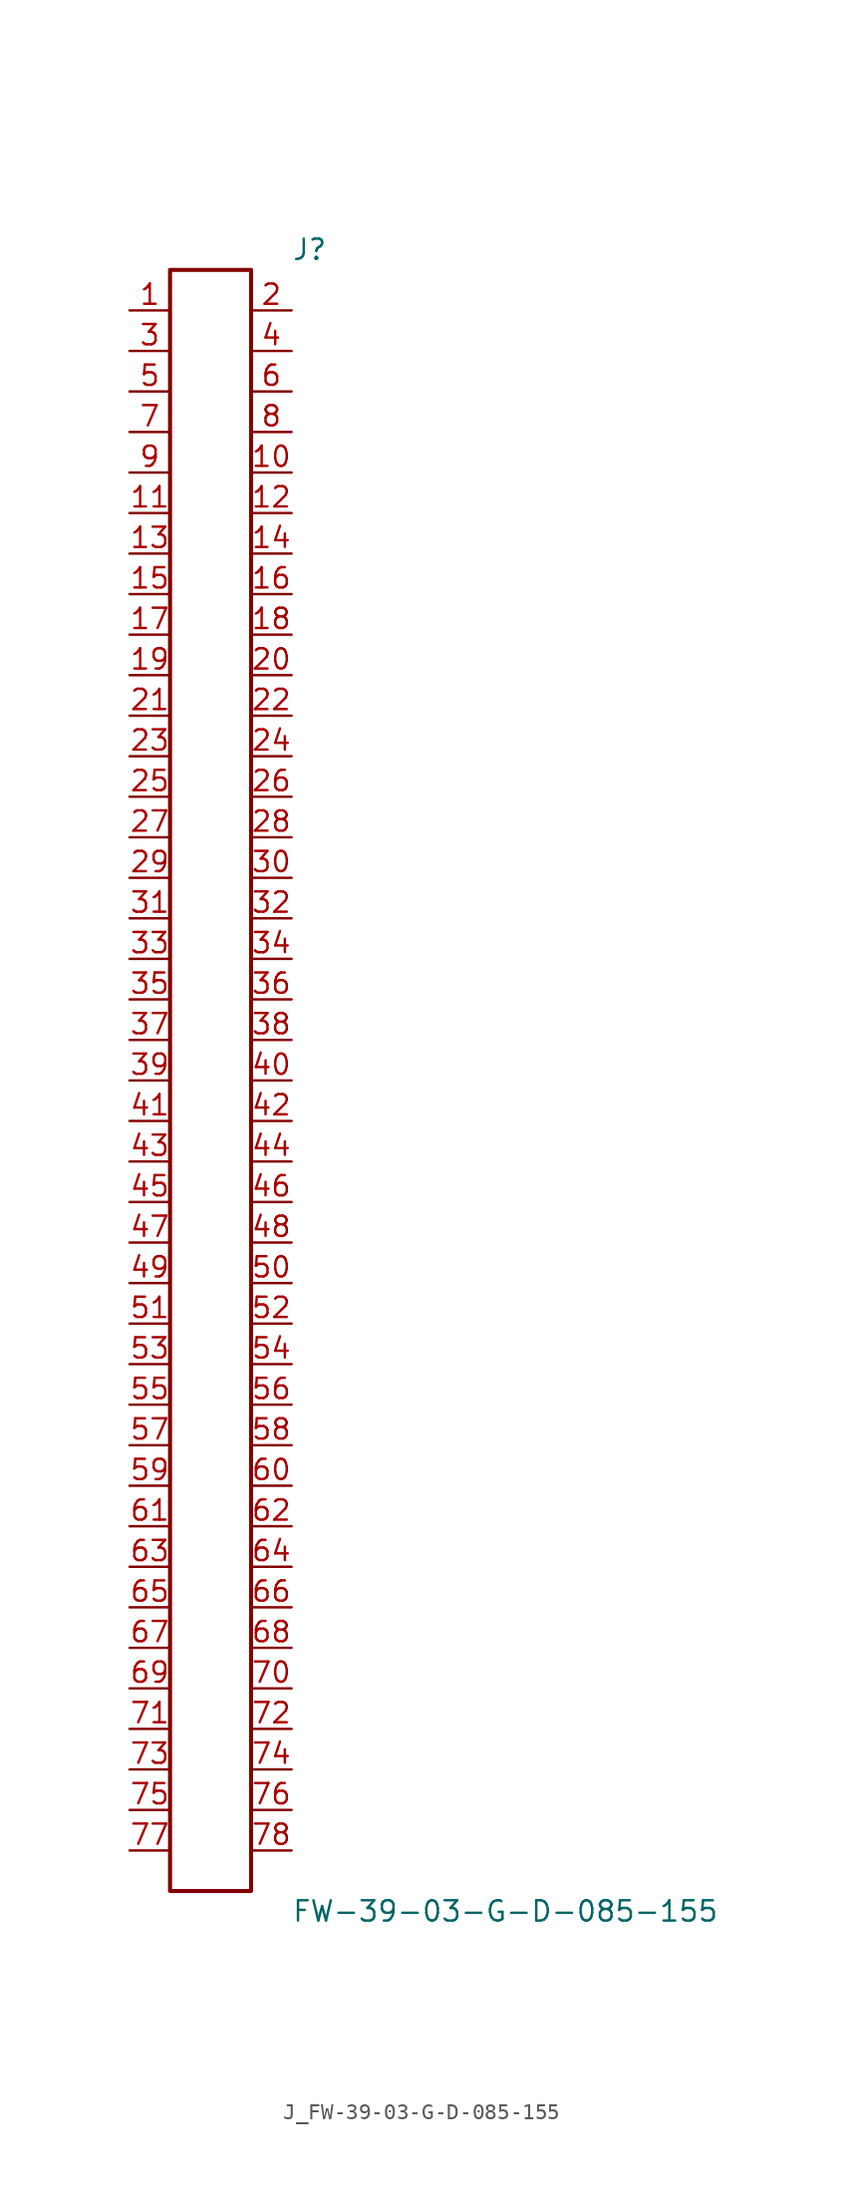
<source format=kicad_sym>
(kicad_symbol_lib
  (version 20231120)
  (generator kicad_symbol_editor)
  (generator_version 8.0)
  (symbol "J_FW-39-03-G-D-085-155"
    (pin_names
      (offset 0.254))
    (property "Reference" "J"
      (at 5.08 52.07 0)
      (effects (font (size 1.27 1.27)) (justify left)))
    (property "Value" "FW-39-03-G-D-085-155"
      (at 5.08 -52.07 0)
      (effects (font (size 1.27 1.27)) (justify left)))
    (symbol "J_FW-39-03-G-D-085-155_0_0"
      (pin unspecified line (at -5.08 48.26 0) (length 2.54) (name "" (effects (font (size 1.27 1.27)))) (number "1" (effects (font (size 1.27 1.27)))))
      (pin unspecified line (at 5.08 48.26 180) (length 2.54) (name "" (effects (font (size 1.27 1.27)))) (number "2" (effects (font (size 1.27 1.27)))))
      (pin unspecified line (at -5.08 45.72 0) (length 2.54) (name "" (effects (font (size 1.27 1.27)))) (number "3" (effects (font (size 1.27 1.27)))))
      (pin unspecified line (at 5.08 45.72 180) (length 2.54) (name "" (effects (font (size 1.27 1.27)))) (number "4" (effects (font (size 1.27 1.27)))))
      (pin unspecified line (at -5.08 43.18 0) (length 2.54) (name "" (effects (font (size 1.27 1.27)))) (number "5" (effects (font (size 1.27 1.27)))))
      (pin unspecified line (at 5.08 43.18 180) (length 2.54) (name "" (effects (font (size 1.27 1.27)))) (number "6" (effects (font (size 1.27 1.27)))))
      (pin unspecified line (at -5.08 40.64 0) (length 2.54) (name "" (effects (font (size 1.27 1.27)))) (number "7" (effects (font (size 1.27 1.27)))))
      (pin unspecified line (at 5.08 40.64 180) (length 2.54) (name "" (effects (font (size 1.27 1.27)))) (number "8" (effects (font (size 1.27 1.27)))))
      (pin unspecified line (at -5.08 38.1 0) (length 2.54) (name "" (effects (font (size 1.27 1.27)))) (number "9" (effects (font (size 1.27 1.27)))))
      (pin unspecified line (at 5.08 38.1 180) (length 2.54) (name "" (effects (font (size 1.27 1.27)))) (number "10" (effects (font (size 1.27 1.27)))))
      (pin unspecified line (at -5.08 35.56 0) (length 2.54) (name "" (effects (font (size 1.27 1.27)))) (number "11" (effects (font (size 1.27 1.27)))))
      (pin unspecified line (at 5.08 35.56 180) (length 2.54) (name "" (effects (font (size 1.27 1.27)))) (number "12" (effects (font (size 1.27 1.27)))))
      (pin unspecified line (at -5.08 33.02 0) (length 2.54) (name "" (effects (font (size 1.27 1.27)))) (number "13" (effects (font (size 1.27 1.27)))))
      (pin unspecified line (at 5.08 33.02 180) (length 2.54) (name "" (effects (font (size 1.27 1.27)))) (number "14" (effects (font (size 1.27 1.27)))))
      (pin unspecified line (at -5.08 30.48 0) (length 2.54) (name "" (effects (font (size 1.27 1.27)))) (number "15" (effects (font (size 1.27 1.27)))))
      (pin unspecified line (at 5.08 30.48 180) (length 2.54) (name "" (effects (font (size 1.27 1.27)))) (number "16" (effects (font (size 1.27 1.27)))))
      (pin unspecified line (at -5.08 27.94 0) (length 2.54) (name "" (effects (font (size 1.27 1.27)))) (number "17" (effects (font (size 1.27 1.27)))))
      (pin unspecified line (at 5.08 27.94 180) (length 2.54) (name "" (effects (font (size 1.27 1.27)))) (number "18" (effects (font (size 1.27 1.27)))))
      (pin unspecified line (at -5.08 25.4 0) (length 2.54) (name "" (effects (font (size 1.27 1.27)))) (number "19" (effects (font (size 1.27 1.27)))))
      (pin unspecified line (at 5.08 25.4 180) (length 2.54) (name "" (effects (font (size 1.27 1.27)))) (number "20" (effects (font (size 1.27 1.27)))))
      (pin unspecified line (at -5.08 22.86 0) (length 2.54) (name "" (effects (font (size 1.27 1.27)))) (number "21" (effects (font (size 1.27 1.27)))))
      (pin unspecified line (at 5.08 22.86 180) (length 2.54) (name "" (effects (font (size 1.27 1.27)))) (number "22" (effects (font (size 1.27 1.27)))))
      (pin unspecified line (at -5.08 20.32 0) (length 2.54) (name "" (effects (font (size 1.27 1.27)))) (number "23" (effects (font (size 1.27 1.27)))))
      (pin unspecified line (at 5.08 20.32 180) (length 2.54) (name "" (effects (font (size 1.27 1.27)))) (number "24" (effects (font (size 1.27 1.27)))))
      (pin unspecified line (at -5.08 17.78 0) (length 2.54) (name "" (effects (font (size 1.27 1.27)))) (number "25" (effects (font (size 1.27 1.27)))))
      (pin unspecified line (at 5.08 17.78 180) (length 2.54) (name "" (effects (font (size 1.27 1.27)))) (number "26" (effects (font (size 1.27 1.27)))))
      (pin unspecified line (at -5.08 15.24 0) (length 2.54) (name "" (effects (font (size 1.27 1.27)))) (number "27" (effects (font (size 1.27 1.27)))))
      (pin unspecified line (at 5.08 15.24 180) (length 2.54) (name "" (effects (font (size 1.27 1.27)))) (number "28" (effects (font (size 1.27 1.27)))))
      (pin unspecified line (at -5.08 12.7 0) (length 2.54) (name "" (effects (font (size 1.27 1.27)))) (number "29" (effects (font (size 1.27 1.27)))))
      (pin unspecified line (at 5.08 12.7 180) (length 2.54) (name "" (effects (font (size 1.27 1.27)))) (number "30" (effects (font (size 1.27 1.27)))))
      (pin unspecified line (at -5.08 10.16 0) (length 2.54) (name "" (effects (font (size 1.27 1.27)))) (number "31" (effects (font (size 1.27 1.27)))))
      (pin unspecified line (at 5.08 10.16 180) (length 2.54) (name "" (effects (font (size 1.27 1.27)))) (number "32" (effects (font (size 1.27 1.27)))))
      (pin unspecified line (at -5.08 7.62 0) (length 2.54) (name "" (effects (font (size 1.27 1.27)))) (number "33" (effects (font (size 1.27 1.27)))))
      (pin unspecified line (at 5.08 7.62 180) (length 2.54) (name "" (effects (font (size 1.27 1.27)))) (number "34" (effects (font (size 1.27 1.27)))))
      (pin unspecified line (at -5.08 5.08 0) (length 2.54) (name "" (effects (font (size 1.27 1.27)))) (number "35" (effects (font (size 1.27 1.27)))))
      (pin unspecified line (at 5.08 5.08 180) (length 2.54) (name "" (effects (font (size 1.27 1.27)))) (number "36" (effects (font (size 1.27 1.27)))))
      (pin unspecified line (at -5.08 2.54 0) (length 2.54) (name "" (effects (font (size 1.27 1.27)))) (number "37" (effects (font (size 1.27 1.27)))))
      (pin unspecified line (at 5.08 2.54 180) (length 2.54) (name "" (effects (font (size 1.27 1.27)))) (number "38" (effects (font (size 1.27 1.27)))))
      (pin unspecified line (at -5.08 0.0 0) (length 2.54) (name "" (effects (font (size 1.27 1.27)))) (number "39" (effects (font (size 1.27 1.27)))))
      (pin unspecified line (at 5.08 0.0 180) (length 2.54) (name "" (effects (font (size 1.27 1.27)))) (number "40" (effects (font (size 1.27 1.27)))))
      (pin unspecified line (at -5.08 -2.54 0) (length 2.54) (name "" (effects (font (size 1.27 1.27)))) (number "41" (effects (font (size 1.27 1.27)))))
      (pin unspecified line (at 5.08 -2.54 180) (length 2.54) (name "" (effects (font (size 1.27 1.27)))) (number "42" (effects (font (size 1.27 1.27)))))
      (pin unspecified line (at -5.08 -5.08 0) (length 2.54) (name "" (effects (font (size 1.27 1.27)))) (number "43" (effects (font (size 1.27 1.27)))))
      (pin unspecified line (at 5.08 -5.08 180) (length 2.54) (name "" (effects (font (size 1.27 1.27)))) (number "44" (effects (font (size 1.27 1.27)))))
      (pin unspecified line (at -5.08 -7.62 0) (length 2.54) (name "" (effects (font (size 1.27 1.27)))) (number "45" (effects (font (size 1.27 1.27)))))
      (pin unspecified line (at 5.08 -7.62 180) (length 2.54) (name "" (effects (font (size 1.27 1.27)))) (number "46" (effects (font (size 1.27 1.27)))))
      (pin unspecified line (at -5.08 -10.16 0) (length 2.54) (name "" (effects (font (size 1.27 1.27)))) (number "47" (effects (font (size 1.27 1.27)))))
      (pin unspecified line (at 5.08 -10.16 180) (length 2.54) (name "" (effects (font (size 1.27 1.27)))) (number "48" (effects (font (size 1.27 1.27)))))
      (pin unspecified line (at -5.08 -12.7 0) (length 2.54) (name "" (effects (font (size 1.27 1.27)))) (number "49" (effects (font (size 1.27 1.27)))))
      (pin unspecified line (at 5.08 -12.7 180) (length 2.54) (name "" (effects (font (size 1.27 1.27)))) (number "50" (effects (font (size 1.27 1.27)))))
      (pin unspecified line (at -5.08 -15.24 0) (length 2.54) (name "" (effects (font (size 1.27 1.27)))) (number "51" (effects (font (size 1.27 1.27)))))
      (pin unspecified line (at 5.08 -15.24 180) (length 2.54) (name "" (effects (font (size 1.27 1.27)))) (number "52" (effects (font (size 1.27 1.27)))))
      (pin unspecified line (at -5.08 -17.78 0) (length 2.54) (name "" (effects (font (size 1.27 1.27)))) (number "53" (effects (font (size 1.27 1.27)))))
      (pin unspecified line (at 5.08 -17.78 180) (length 2.54) (name "" (effects (font (size 1.27 1.27)))) (number "54" (effects (font (size 1.27 1.27)))))
      (pin unspecified line (at -5.08 -20.32 0) (length 2.54) (name "" (effects (font (size 1.27 1.27)))) (number "55" (effects (font (size 1.27 1.27)))))
      (pin unspecified line (at 5.08 -20.32 180) (length 2.54) (name "" (effects (font (size 1.27 1.27)))) (number "56" (effects (font (size 1.27 1.27)))))
      (pin unspecified line (at -5.08 -22.86 0) (length 2.54) (name "" (effects (font (size 1.27 1.27)))) (number "57" (effects (font (size 1.27 1.27)))))
      (pin unspecified line (at 5.08 -22.86 180) (length 2.54) (name "" (effects (font (size 1.27 1.27)))) (number "58" (effects (font (size 1.27 1.27)))))
      (pin unspecified line (at -5.08 -25.4 0) (length 2.54) (name "" (effects (font (size 1.27 1.27)))) (number "59" (effects (font (size 1.27 1.27)))))
      (pin unspecified line (at 5.08 -25.4 180) (length 2.54) (name "" (effects (font (size 1.27 1.27)))) (number "60" (effects (font (size 1.27 1.27)))))
      (pin unspecified line (at -5.08 -27.94 0) (length 2.54) (name "" (effects (font (size 1.27 1.27)))) (number "61" (effects (font (size 1.27 1.27)))))
      (pin unspecified line (at 5.08 -27.94 180) (length 2.54) (name "" (effects (font (size 1.27 1.27)))) (number "62" (effects (font (size 1.27 1.27)))))
      (pin unspecified line (at -5.08 -30.48 0) (length 2.54) (name "" (effects (font (size 1.27 1.27)))) (number "63" (effects (font (size 1.27 1.27)))))
      (pin unspecified line (at 5.08 -30.48 180) (length 2.54) (name "" (effects (font (size 1.27 1.27)))) (number "64" (effects (font (size 1.27 1.27)))))
      (pin unspecified line (at -5.08 -33.02 0) (length 2.54) (name "" (effects (font (size 1.27 1.27)))) (number "65" (effects (font (size 1.27 1.27)))))
      (pin unspecified line (at 5.08 -33.02 180) (length 2.54) (name "" (effects (font (size 1.27 1.27)))) (number "66" (effects (font (size 1.27 1.27)))))
      (pin unspecified line (at -5.08 -35.56 0) (length 2.54) (name "" (effects (font (size 1.27 1.27)))) (number "67" (effects (font (size 1.27 1.27)))))
      (pin unspecified line (at 5.08 -35.56 180) (length 2.54) (name "" (effects (font (size 1.27 1.27)))) (number "68" (effects (font (size 1.27 1.27)))))
      (pin unspecified line (at -5.08 -38.1 0) (length 2.54) (name "" (effects (font (size 1.27 1.27)))) (number "69" (effects (font (size 1.27 1.27)))))
      (pin unspecified line (at 5.08 -38.1 180) (length 2.54) (name "" (effects (font (size 1.27 1.27)))) (number "70" (effects (font (size 1.27 1.27)))))
      (pin unspecified line (at -5.08 -40.64 0) (length 2.54) (name "" (effects (font (size 1.27 1.27)))) (number "71" (effects (font (size 1.27 1.27)))))
      (pin unspecified line (at 5.08 -40.64 180) (length 2.54) (name "" (effects (font (size 1.27 1.27)))) (number "72" (effects (font (size 1.27 1.27)))))
      (pin unspecified line (at -5.08 -43.18 0) (length 2.54) (name "" (effects (font (size 1.27 1.27)))) (number "73" (effects (font (size 1.27 1.27)))))
      (pin unspecified line (at 5.08 -43.18 180) (length 2.54) (name "" (effects (font (size 1.27 1.27)))) (number "74" (effects (font (size 1.27 1.27)))))
      (pin unspecified line (at -5.08 -45.72 0) (length 2.54) (name "" (effects (font (size 1.27 1.27)))) (number "75" (effects (font (size 1.27 1.27)))))
      (pin unspecified line (at 5.08 -45.72 180) (length 2.54) (name "" (effects (font (size 1.27 1.27)))) (number "76" (effects (font (size 1.27 1.27)))))
      (pin unspecified line (at -5.08 -48.26 0) (length 2.54) (name "" (effects (font (size 1.27 1.27)))) (number "77" (effects (font (size 1.27 1.27)))))
      (pin unspecified line (at 5.08 -48.26 180) (length 2.54) (name "" (effects (font (size 1.27 1.27)))) (number "78" (effects (font (size 1.27 1.27))))))
    (symbol "J_FW-39-03-G-D-085-155_1_0"
      (rectangle (start -2.54 50.8) (end 2.54 -50.8) (stroke (width 0.254) (type solid)) (fill (type none))))))
</source>
